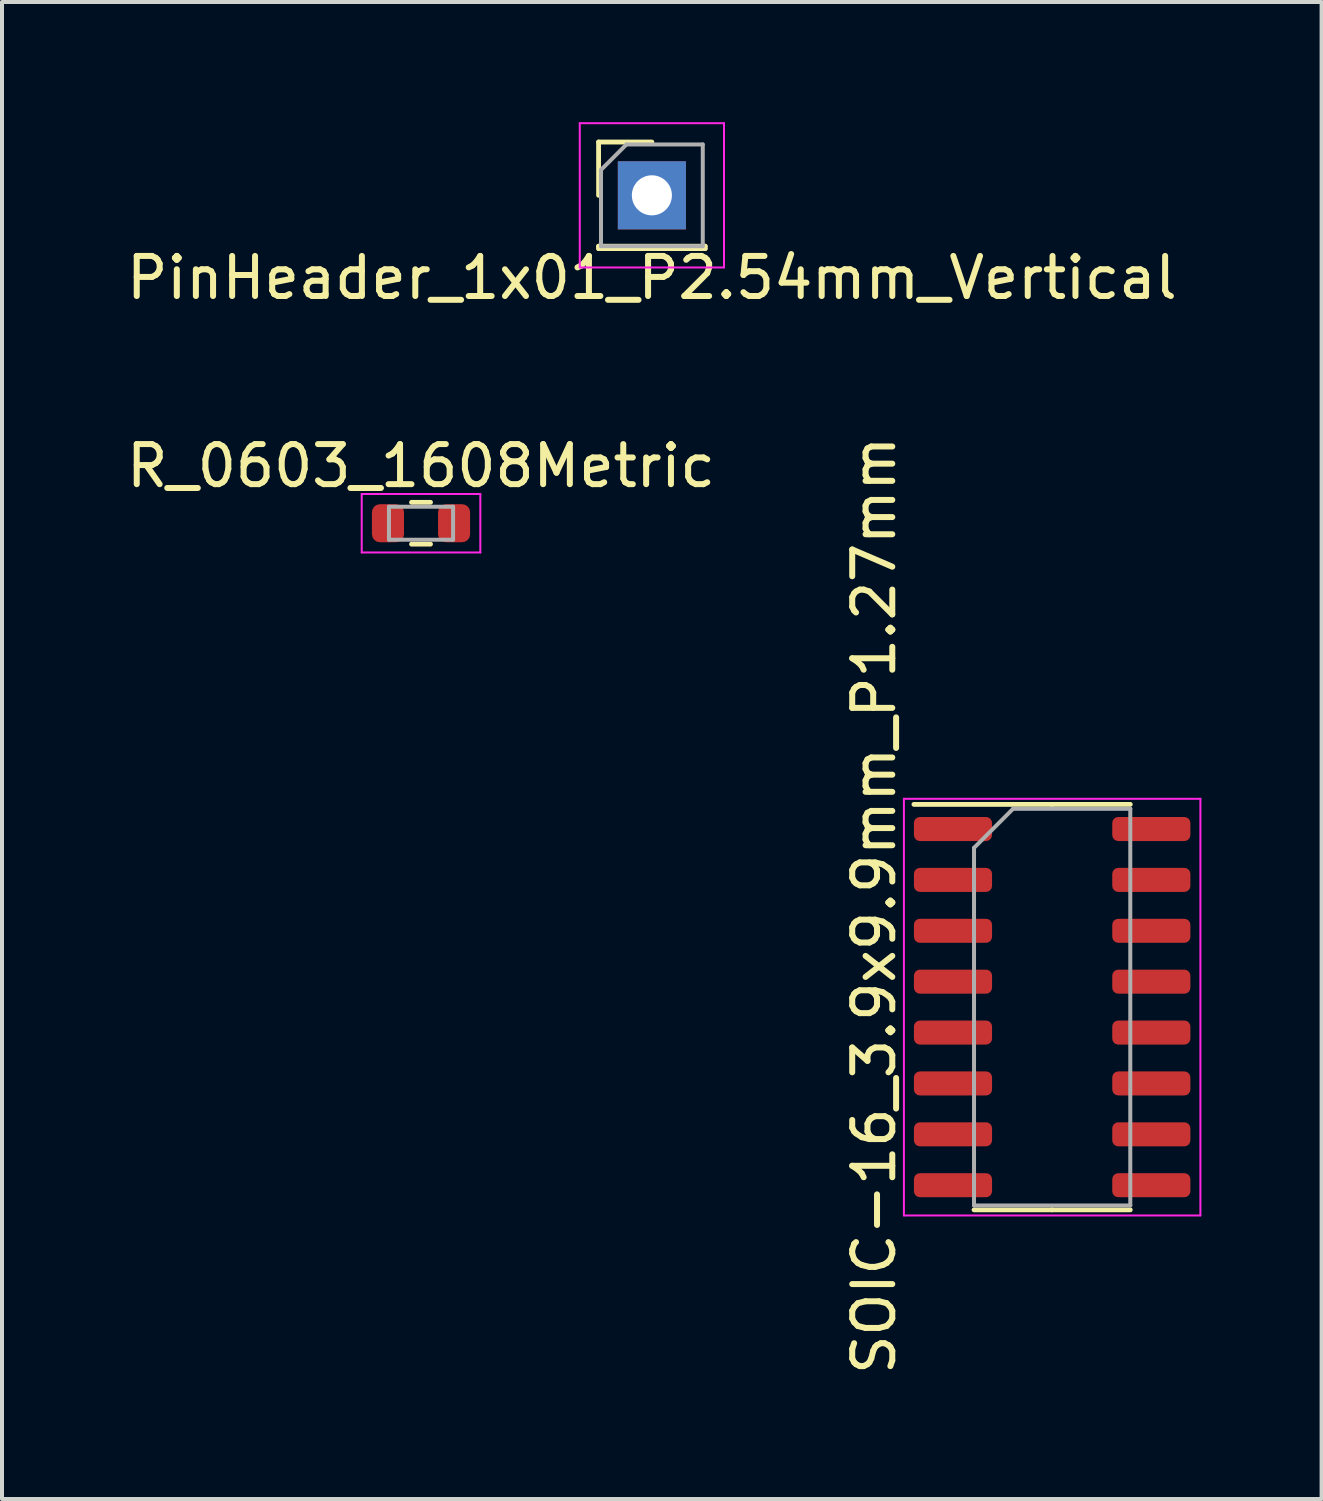
<source format=kicad_pcb>
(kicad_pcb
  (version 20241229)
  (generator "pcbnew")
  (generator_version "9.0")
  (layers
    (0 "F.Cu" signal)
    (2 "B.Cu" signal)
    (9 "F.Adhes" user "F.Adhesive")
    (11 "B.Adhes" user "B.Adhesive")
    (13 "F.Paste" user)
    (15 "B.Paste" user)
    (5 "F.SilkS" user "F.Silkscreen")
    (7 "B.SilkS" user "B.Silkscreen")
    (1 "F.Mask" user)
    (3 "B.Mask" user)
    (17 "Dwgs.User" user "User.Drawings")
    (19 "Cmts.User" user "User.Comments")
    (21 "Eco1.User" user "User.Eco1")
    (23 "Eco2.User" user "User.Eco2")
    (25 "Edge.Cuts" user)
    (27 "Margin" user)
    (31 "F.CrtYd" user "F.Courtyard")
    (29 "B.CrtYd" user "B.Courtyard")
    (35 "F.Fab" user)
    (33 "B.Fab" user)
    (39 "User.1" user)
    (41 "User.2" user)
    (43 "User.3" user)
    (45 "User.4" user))
  (footprint "SOIC-16_3.9x9.9mm_P1.27mm"
    (layer "F.Cu")
    (at 23.21 22.086)
    (property "Reference" "SOIC-16_3.9x9.9mm_P1.27mm" (at -4.445 -2.54 90) (layer "F.SilkS") (effects (font (size 1 1) (thickness 0.15))))
    (attr smd)
    (fp_line (start 0 -5.06) (end -3.45 -5.06) (stroke (width 0.12) (type solid)) (layer "F.SilkS"))
    (fp_line (start 0 -5.06) (end 1.95 -5.06) (stroke (width 0.12) (type solid)) (layer "F.SilkS"))
    (fp_line (start 0 5.06) (end -1.95 5.06) (stroke (width 0.12) (type solid)) (layer "F.SilkS"))
    (fp_line (start 0 5.06) (end 1.95 5.06) (stroke (width 0.12) (type solid)) (layer "F.SilkS"))
    (fp_line (start -3.7 -5.2) (end -3.7 5.2) (stroke (width 0.05) (type solid)) (layer "F.CrtYd"))
    (fp_line (start -3.7 5.2) (end 3.7 5.2) (stroke (width 0.05) (type solid)) (layer "F.CrtYd"))
    (fp_line (start 3.7 -5.2) (end -3.7 -5.2) (stroke (width 0.05) (type solid)) (layer "F.CrtYd"))
    (fp_line (start 3.7 5.2) (end 3.7 -5.2) (stroke (width 0.05) (type solid)) (layer "F.CrtYd"))
    (fp_line (start -1.95 -3.975) (end -0.975 -4.95) (stroke (width 0.1) (type solid)) (layer "F.Fab"))
    (fp_line (start -1.95 4.95) (end -1.95 -3.975) (stroke (width 0.1) (type solid)) (layer "F.Fab"))
    (fp_line (start -0.975 -4.95) (end 1.95 -4.95) (stroke (width 0.1) (type solid)) (layer "F.Fab"))
    (fp_line (start 1.95 -4.95) (end 1.95 4.95) (stroke (width 0.1) (type solid)) (layer "F.Fab"))
    (fp_line (start 1.95 4.95) (end -1.95 4.95) (stroke (width 0.1) (type solid)) (layer "F.Fab"))
    (pad "1" smd roundrect (at -2.475 -4.445) (size 1.95 0.6) (layers "F.Cu" "F.Mask" "F.Paste") (roundrect_rratio 0.25))
    (pad "2" smd roundrect (at -2.475 -3.175) (size 1.95 0.6) (layers "F.Cu" "F.Mask" "F.Paste") (roundrect_rratio 0.25))
    (pad "3" smd roundrect (at -2.475 -1.905) (size 1.95 0.6) (layers "F.Cu" "F.Mask" "F.Paste") (roundrect_rratio 0.25))
    (pad "4" smd roundrect (at -2.475 -0.635) (size 1.95 0.6) (layers "F.Cu" "F.Mask" "F.Paste") (roundrect_rratio 0.25))
    (pad "5" smd roundrect (at -2.475 0.635) (size 1.95 0.6) (layers "F.Cu" "F.Mask" "F.Paste") (roundrect_rratio 0.25))
    (pad "6" smd roundrect (at -2.475 1.905) (size 1.95 0.6) (layers "F.Cu" "F.Mask" "F.Paste") (roundrect_rratio 0.25))
    (pad "7" smd roundrect (at -2.475 3.175) (size 1.95 0.6) (layers "F.Cu" "F.Mask" "F.Paste") (roundrect_rratio 0.25))
    (pad "8" smd roundrect (at -2.475 4.445) (size 1.95 0.6) (layers "F.Cu" "F.Mask" "F.Paste") (roundrect_rratio 0.25))
    (pad "9" smd roundrect (at 2.475 4.445) (size 1.95 0.6) (layers "F.Cu" "F.Mask" "F.Paste") (roundrect_rratio 0.25))
    (pad "10" smd roundrect (at 2.475 3.175) (size 1.95 0.6) (layers "F.Cu" "F.Mask" "F.Paste") (roundrect_rratio 0.25))
    (pad "11" smd roundrect (at 2.475 1.905) (size 1.95 0.6) (layers "F.Cu" "F.Mask" "F.Paste") (roundrect_rratio 0.25))
    (pad "12" smd roundrect (at 2.475 0.635) (size 1.95 0.6) (layers "F.Cu" "F.Mask" "F.Paste") (roundrect_rratio 0.25))
    (pad "13" smd roundrect (at 2.475 -0.635) (size 1.95 0.6) (layers "F.Cu" "F.Mask" "F.Paste") (roundrect_rratio 0.25))
    (pad "14" smd roundrect (at 2.475 -1.905) (size 1.95 0.6) (layers "F.Cu" "F.Mask" "F.Paste") (roundrect_rratio 0.25))
    (pad "15" smd roundrect (at 2.475 -3.175) (size 1.95 0.6) (layers "F.Cu" "F.Mask" "F.Paste") (roundrect_rratio 0.25))
    (pad "16" smd roundrect (at 2.475 -4.445) (size 1.95 0.6) (layers "F.Cu" "F.Mask" "F.Paste") (roundrect_rratio 0.25)))
  (footprint "PinHeader_1x01_P2.54mm_Vertical"
    (layer "F.Cu")
    (at 13.22 1.825)
    (property "Reference" "PinHeader_1x01_P2.54mm_Vertical" (at 0 2.058 0) (layer "F.SilkS") (effects (font (size 1 1) (thickness 0.15))))
    (attr through_hole)
    (fp_line (start -1.33 -1.33) (end 0 -1.33) (stroke (width 0.12) (type solid)) (layer "F.SilkS"))
    (fp_line (start -1.33 0) (end -1.33 -1.33) (stroke (width 0.12) (type solid)) (layer "F.SilkS"))
    (fp_line (start -1.33 1.27) (end -1.33 1.33) (stroke (width 0.12) (type solid)) (layer "F.SilkS"))
    (fp_line (start -1.33 1.27) (end 1.33 1.27) (stroke (width 0.12) (type solid)) (layer "F.SilkS"))
    (fp_line (start -1.33 1.33) (end 1.33 1.33) (stroke (width 0.12) (type solid)) (layer "F.SilkS"))
    (fp_line (start 1.33 1.27) (end 1.33 1.33) (stroke (width 0.12) (type solid)) (layer "F.SilkS"))
    (fp_line (start -1.8 -1.8) (end -1.8 1.8) (stroke (width 0.05) (type solid)) (layer "F.CrtYd"))
    (fp_line (start -1.8 1.8) (end 1.8 1.8) (stroke (width 0.05) (type solid)) (layer "F.CrtYd"))
    (fp_line (start 1.8 -1.8) (end -1.8 -1.8) (stroke (width 0.05) (type solid)) (layer "F.CrtYd"))
    (fp_line (start 1.8 1.8) (end 1.8 -1.8) (stroke (width 0.05) (type solid)) (layer "F.CrtYd"))
    (fp_line (start -1.27 -0.635) (end -0.635 -1.27) (stroke (width 0.1) (type solid)) (layer "F.Fab"))
    (fp_line (start -1.27 1.27) (end -1.27 -0.635) (stroke (width 0.1) (type solid)) (layer "F.Fab"))
    (fp_line (start -0.635 -1.27) (end 1.27 -1.27) (stroke (width 0.1) (type solid)) (layer "F.Fab"))
    (fp_line (start 1.27 -1.27) (end 1.27 1.27) (stroke (width 0.1) (type solid)) (layer "F.Fab"))
    (fp_line (start 1.27 1.27) (end -1.27 1.27) (stroke (width 0.1) (type solid)) (layer "F.Fab"))
    (pad "1" thru_hole rect (at 0 0) (size 1.7 1.7) (drill 1) (layers "*.Cu" "*.Mask")))
  (footprint "R_0603_1608Metric"
    (layer "F.Cu")
    (at 7.458 10.009)
    (property "Reference" "R_0603_1608Metric" (at 0 -1.43 180) (layer "F.SilkS") (effects (font (size 1 1) (thickness 0.15))))
    (attr smd)
    (fp_line (start -0.237 -0.522) (end 0.237 -0.522) (stroke (width 0.12) (type solid)) (layer "F.SilkS"))
    (fp_line (start -0.237 0.522) (end 0.237 0.522) (stroke (width 0.12) (type solid)) (layer "F.SilkS"))
    (fp_line (start -1.48 -0.73) (end 1.48 -0.73) (stroke (width 0.05) (type solid)) (layer "F.CrtYd"))
    (fp_line (start -1.48 0.73) (end -1.48 -0.73) (stroke (width 0.05) (type solid)) (layer "F.CrtYd"))
    (fp_line (start 1.48 -0.73) (end 1.48 0.73) (stroke (width 0.05) (type solid)) (layer "F.CrtYd"))
    (fp_line (start 1.48 0.73) (end -1.48 0.73) (stroke (width 0.05) (type solid)) (layer "F.CrtYd"))
    (fp_line (start -0.8 -0.412) (end 0.8 -0.412) (stroke (width 0.1) (type solid)) (layer "F.Fab"))
    (fp_line (start -0.8 0.412) (end -0.8 -0.412) (stroke (width 0.1) (type solid)) (layer "F.Fab"))
    (fp_line (start 0.8 -0.412) (end 0.8 0.412) (stroke (width 0.1) (type solid)) (layer "F.Fab"))
    (fp_line (start 0.8 0.412) (end -0.8 0.412) (stroke (width 0.1) (type solid)) (layer "F.Fab"))
    (pad "1" smd roundrect (at -0.825 0) (size 0.8 0.95) (layers "F.Cu" "F.Mask" "F.Paste") (roundrect_rratio 0.25))
    (pad "2" smd roundrect (at 0.825 0) (size 0.8 0.95) (layers "F.Cu" "F.Mask" "F.Paste") (roundrect_rratio 0.25)))
  (gr_rect
    (start -3 -3)
    (end 29.935 34.362)
    (stroke (width 0.1) (type default))
    (fill no)
    (layer "Edge.Cuts")))
</source>
